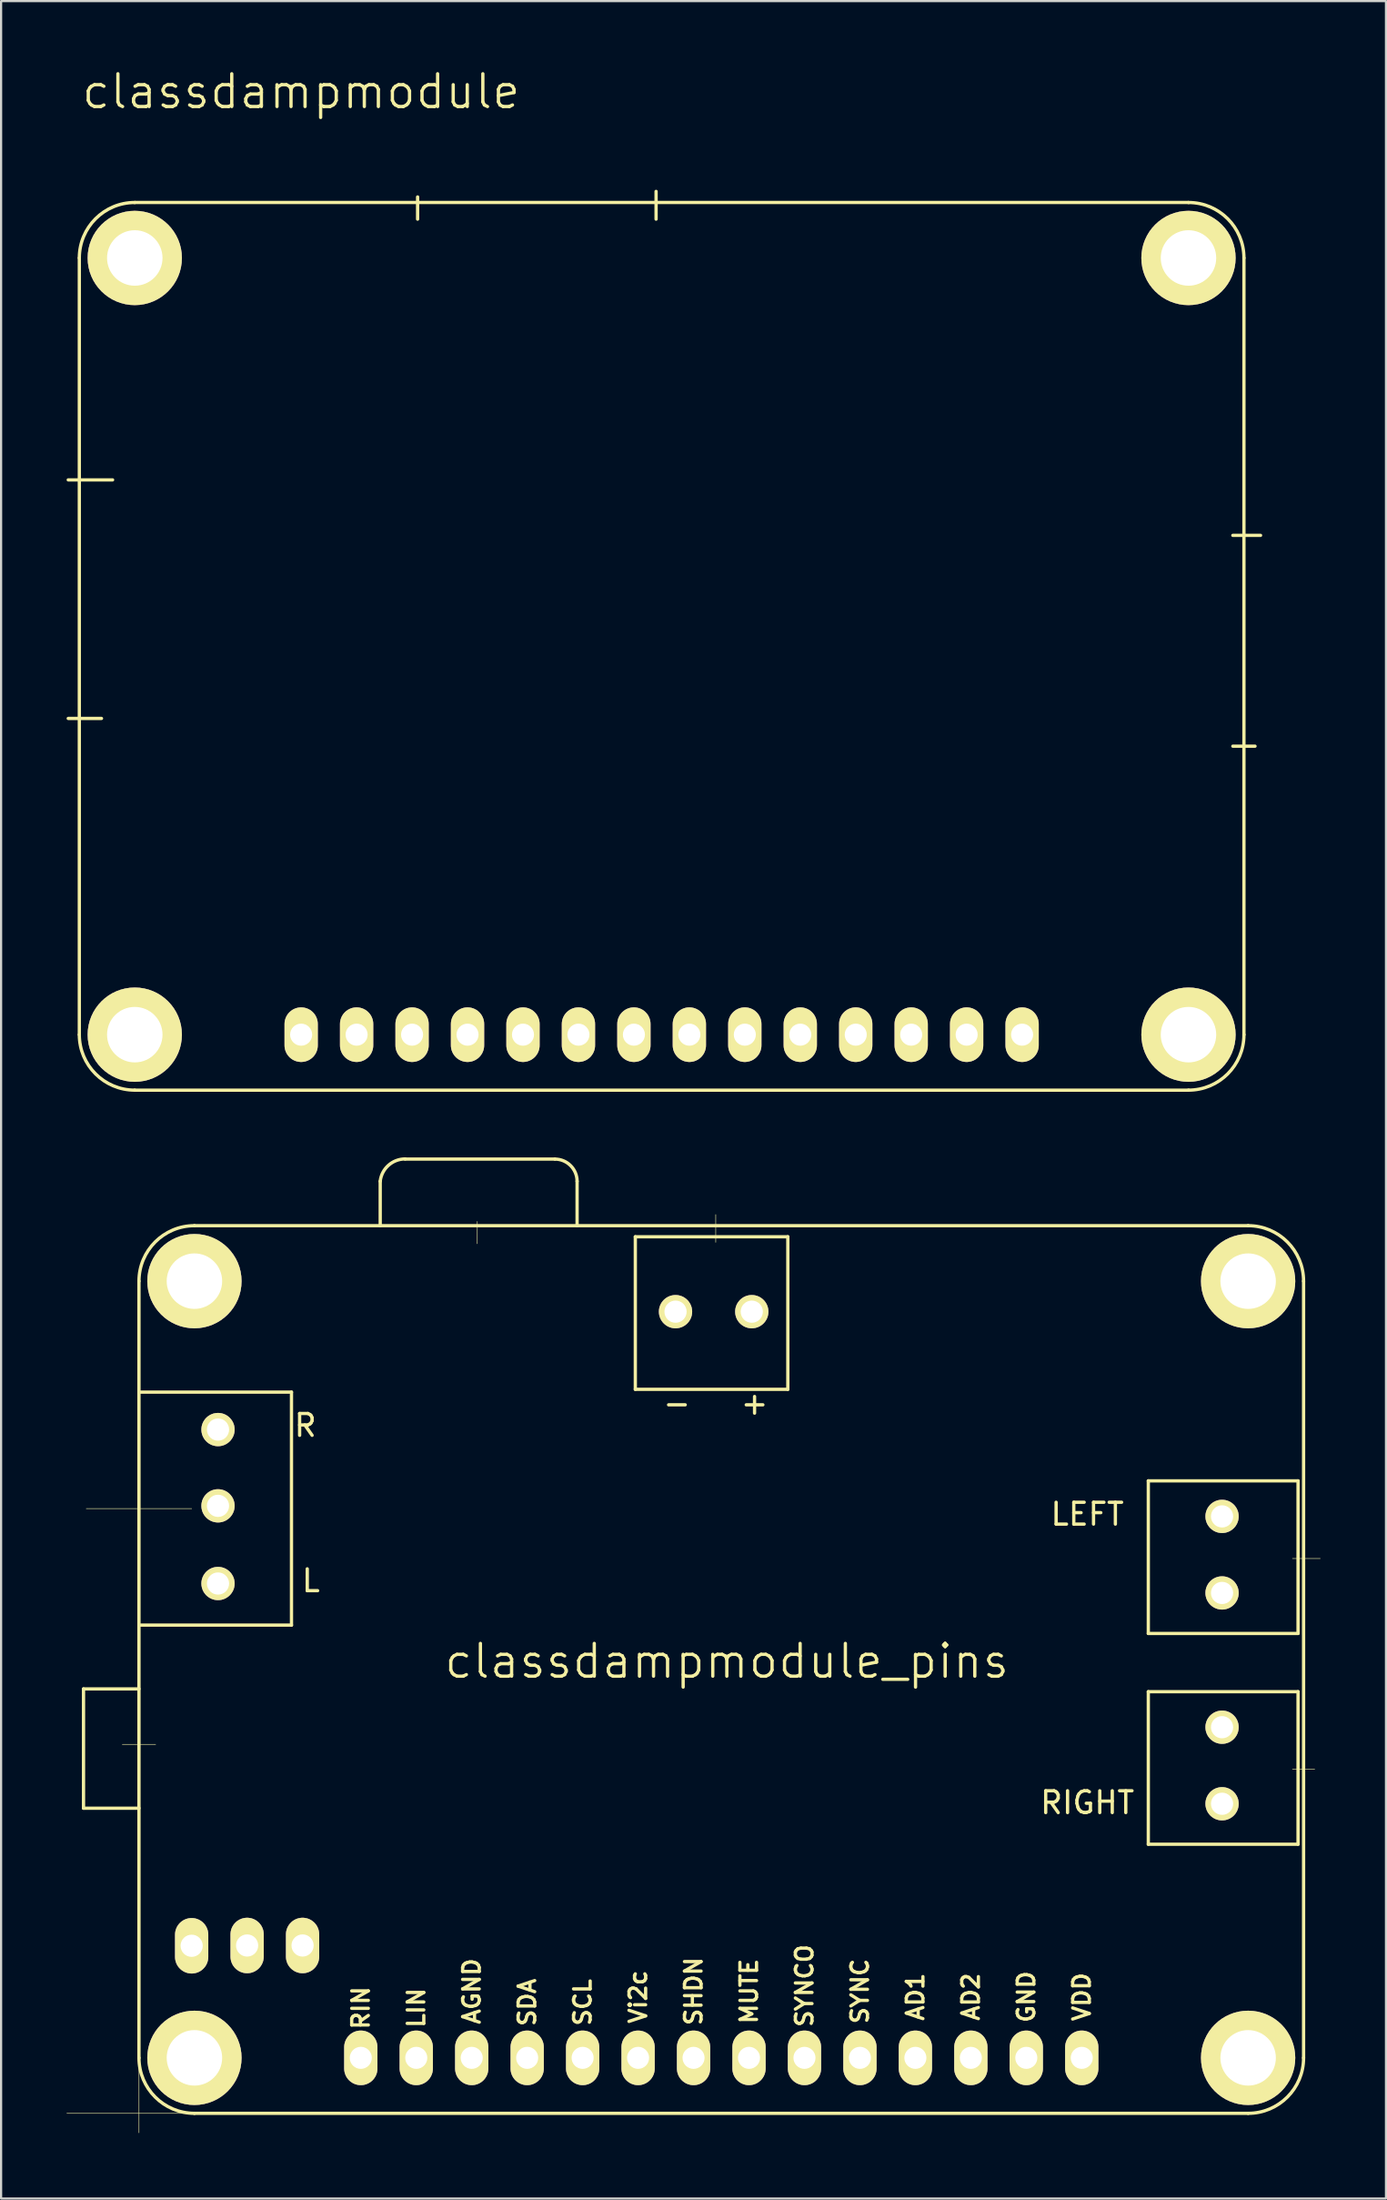
<source format=kicad_pcb>
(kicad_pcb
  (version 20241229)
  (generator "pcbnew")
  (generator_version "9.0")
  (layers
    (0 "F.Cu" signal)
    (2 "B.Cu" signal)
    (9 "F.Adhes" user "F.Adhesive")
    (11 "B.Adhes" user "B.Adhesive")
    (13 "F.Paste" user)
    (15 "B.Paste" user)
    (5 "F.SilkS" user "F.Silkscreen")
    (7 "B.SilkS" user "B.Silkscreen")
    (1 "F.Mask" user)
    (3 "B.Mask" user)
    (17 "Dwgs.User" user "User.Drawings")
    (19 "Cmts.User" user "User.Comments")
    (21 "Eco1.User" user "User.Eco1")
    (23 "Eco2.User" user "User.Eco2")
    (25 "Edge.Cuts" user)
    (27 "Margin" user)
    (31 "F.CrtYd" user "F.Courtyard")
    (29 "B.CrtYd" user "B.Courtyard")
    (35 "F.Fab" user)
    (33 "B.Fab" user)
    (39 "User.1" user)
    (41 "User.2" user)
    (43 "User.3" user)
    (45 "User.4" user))
  (footprint "classdampmodule_pins"
    (layer "F.Cu")
    (at 29.985 91.166)
    (property "Reference" "classdampmodule_pins" (at 0.254 -18.161 0) (layer "F.SilkS") (effects (font (size 1.5 1.5) (thickness 0.15))))
    (attr through_hole)
    (fp_line (start -29.21 -16.891) (end -26.67 -16.891) (stroke (width 0.15) (type solid)) (layer "F.SilkS"))
    (fp_line (start -29.21 -11.43) (end -29.21 -16.891) (stroke (width 0.15) (type solid)) (layer "F.SilkS"))
    (fp_line (start -29.083 -25.146) (end -24.257 -25.146) (stroke (width 0.025) (type solid)) (layer "F.SilkS"))
    (fp_line (start -27.432 -14.351) (end -25.908 -14.351) (stroke (width 0.025) (type solid)) (layer "F.SilkS"))
    (fp_line (start -26.67 -35.56) (end -26.67 0) (stroke (width 0.15) (type solid)) (layer "F.SilkS"))
    (fp_line (start -26.67 -30.48) (end -19.685 -30.48) (stroke (width 0.15) (type solid)) (layer "F.SilkS"))
    (fp_line (start -26.67 -11.43) (end -29.21 -11.43) (stroke (width 0.15) (type solid)) (layer "F.SilkS"))
    (fp_line (start -26.67 0) (end -26.67 3.429) (stroke (width 0.025) (type solid)) (layer "F.SilkS"))
    (fp_line (start -24.13 -38.1) (end 24.13 -38.1) (stroke (width 0.15) (type solid)) (layer "F.SilkS"))
    (fp_line (start -24.13 2.54) (end -29.972 2.54) (stroke (width 0.025) (type solid)) (layer "F.SilkS"))
    (fp_line (start -19.685 -30.48) (end -19.685 -19.812) (stroke (width 0.15) (type solid)) (layer "F.SilkS"))
    (fp_line (start -19.685 -19.812) (end -26.67 -19.812) (stroke (width 0.15) (type solid)) (layer "F.SilkS"))
    (fp_line (start -15.621 -40.132) (end -15.621 -38.1) (stroke (width 0.15) (type solid)) (layer "F.SilkS"))
    (fp_line (start -14.478 -41.148) (end -7.62 -41.148) (stroke (width 0.15) (type solid)) (layer "F.SilkS"))
    (fp_line (start -11.176 -38.291) (end -11.176 -37.275) (stroke (width 0.025) (type solid)) (layer "F.SilkS"))
    (fp_line (start -6.604 -40.132) (end -6.604 -38.1) (stroke (width 0.15) (type solid)) (layer "F.SilkS"))
    (fp_line (start -3.937 -37.592) (end 3.048 -37.592) (stroke (width 0.15) (type solid)) (layer "F.SilkS"))
    (fp_line (start -3.937 -30.607) (end -3.937 -37.592) (stroke (width 0.15) (type solid)) (layer "F.SilkS"))
    (fp_line (start -0.254 -38.608) (end -0.254 -37.338) (stroke (width 0.025) (type solid)) (layer "F.SilkS"))
    (fp_line (start 3.048 -37.592) (end 3.048 -30.607) (stroke (width 0.15) (type solid)) (layer "F.SilkS"))
    (fp_line (start 3.048 -30.607) (end -3.937 -30.607) (stroke (width 0.15) (type solid)) (layer "F.SilkS"))
    (fp_line (start 19.558 -26.416) (end 26.416 -26.416) (stroke (width 0.15) (type solid)) (layer "F.SilkS"))
    (fp_line (start 19.558 -19.431) (end 19.558 -26.416) (stroke (width 0.15) (type solid)) (layer "F.SilkS"))
    (fp_line (start 19.558 -16.764) (end 26.416 -16.764) (stroke (width 0.15) (type solid)) (layer "F.SilkS"))
    (fp_line (start 19.558 -9.779) (end 19.558 -16.764) (stroke (width 0.15) (type solid)) (layer "F.SilkS"))
    (fp_line (start 24.13 2.54) (end -24.13 2.54) (stroke (width 0.15) (type solid)) (layer "F.SilkS"))
    (fp_line (start 26.162 -22.86) (end 27.432 -22.86) (stroke (width 0.025) (type solid)) (layer "F.SilkS"))
    (fp_line (start 26.162 -13.208) (end 27.178 -13.208) (stroke (width 0.025) (type solid)) (layer "F.SilkS"))
    (fp_line (start 26.416 -26.416) (end 26.416 -19.431) (stroke (width 0.15) (type solid)) (layer "F.SilkS"))
    (fp_line (start 26.416 -19.431) (end 19.558 -19.431) (stroke (width 0.15) (type solid)) (layer "F.SilkS"))
    (fp_line (start 26.416 -16.764) (end 26.416 -9.779) (stroke (width 0.15) (type solid)) (layer "F.SilkS"))
    (fp_line (start 26.416 -9.779) (end 19.558 -9.779) (stroke (width 0.15) (type solid)) (layer "F.SilkS"))
    (fp_line (start 26.67 -35.56) (end 26.67 0) (stroke (width 0.15) (type solid)) (layer "F.SilkS"))
    (fp_arc (start -26.67 -35.56) (mid -25.926051 -37.356051) (end -24.13 -38.1) (stroke (width 0.15) (type solid)) (layer "F.SilkS"))
    (fp_arc (start -24.13 2.54) (mid -25.926051 1.796051) (end -26.67 0) (stroke (width 0.15) (type solid)) (layer "F.SilkS"))
    (fp_arc (start -15.621 -40.132) (mid -15.244982 -40.861922) (end -14.478 -41.155034) (stroke (width 0.15) (type solid)) (layer "F.SilkS"))
    (fp_arc (start -7.62 -41.148) (mid -6.90158 -40.85042) (end -6.604 -40.132) (stroke (width 0.15) (type solid)) (layer "F.SilkS"))
    (fp_arc (start 24.13 -38.1) (mid 25.926051 -37.356051) (end 26.67 -35.56) (stroke (width 0.15) (type solid)) (layer "F.SilkS"))
    (fp_arc (start 26.67 0) (mid 25.926051 1.796051) (end 24.13 2.54) (stroke (width 0.15) (type solid)) (layer "F.SilkS"))
    (fp_text user "SHDN" (at -1.27 -3.048 90) (layer "F.SilkS") (effects (font (size 0.762 0.762) (thickness 0.15))))
    (fp_text user "VDD" (at 16.51 -2.794 90) (layer "F.SilkS") (effects (font (size 0.762 0.762) (thickness 0.15))))
    (fp_text user "AD1" (at 8.89 -2.794 90) (layer "F.SilkS") (effects (font (size 0.762 0.762) (thickness 0.15))))
    (fp_text user "LEFT" (at 16.764 -24.892 0) (layer "F.SilkS") (effects (font (size 1 1) (thickness 0.15))))
    (fp_text user "SYNC" (at 6.35 -3.048 90) (layer "F.SilkS") (effects (font (size 0.762 0.762) (thickness 0.15))))
    (fp_text user "SCL" (at -6.35 -2.54 270) (layer "F.SilkS") (effects (font (size 0.762 0.762) (thickness 0.15))))
    (fp_text user "R" (at -19.05 -28.956 0) (layer "F.SilkS") (effects (font (size 1 1) (thickness 0.15))))
    (fp_text user "Vi2c" (at -3.81 -2.794 90) (layer "F.SilkS") (effects (font (size 0.762 0.762) (thickness 0.15))))
    (fp_text user "L" (at -18.796 -21.844 0) (layer "F.SilkS") (effects (font (size 1 1) (thickness 0.15))))
    (fp_text user "SDA" (at -8.89 -2.54 90) (layer "F.SilkS") (effects (font (size 0.762 0.762) (thickness 0.15))))
    (fp_text user "RIGHT" (at 16.764 -11.684 0) (layer "F.SilkS") (effects (font (size 1 1) (thickness 0.15))))
    (fp_text user "AGND" (at -11.43 -3.048 90) (layer "F.SilkS") (effects (font (size 0.762 0.762) (thickness 0.15))))
    (fp_text user "MUTE" (at 1.27 -3.048 90) (layer "F.SilkS") (effects (font (size 0.762 0.762) (thickness 0.15))))
    (fp_text user "RIN" (at -16.51 -2.286 90) (layer "F.SilkS") (effects (font (size 0.762 0.762) (thickness 0.15))))
    (fp_text user "-" (at -2.032 -29.972 0) (layer "F.SilkS") (effects (font (size 1 1) (thickness 0.15))))
    (fp_text user "LIN" (at -13.97 -2.286 90) (layer "F.SilkS") (effects (font (size 0.762 0.762) (thickness 0.15))))
    (fp_text user "+" (at 1.524 -29.972 0) (layer "F.SilkS") (effects (font (size 1 1) (thickness 0.15))))
    (fp_text user "SYNCO" (at 3.81 -3.302 90) (layer "F.SilkS") (effects (font (size 0.762 0.762) (thickness 0.15))))
    (fp_text user "GND" (at 13.97 -2.794 90) (layer "F.SilkS") (effects (font (size 0.762 0.762) (thickness 0.15))))
    (fp_text user "AD2" (at 11.43 -2.794 90) (layer "F.SilkS") (effects (font (size 0.762 0.762) (thickness 0.15))))
    (pad "" thru_hole circle (at -24.13 -35.56) (size 4.318 4.318) (drill 2.54) (layers "*.Cu" "*.Mask" "F.SilkS"))
    (pad "" thru_hole circle (at -24.13 0) (size 4.318 4.318) (drill 2.54) (layers "*.Cu" "*.Mask" "F.SilkS"))
    (pad "" thru_hole circle (at 24.13 -35.56) (size 4.318 4.318) (drill 2.54) (layers "*.Cu" "*.Mask" "F.SilkS"))
    (pad "" thru_hole circle (at 24.13 0) (size 4.318 4.318) (drill 2.54) (layers "*.Cu" "*.Mask" "F.SilkS"))
    (pad "1" thru_hole oval (at -16.51 0) (size 1.524 2.5) (drill 1.01) (layers "*.Cu" "*.Mask" "F.SilkS"))
    (pad "2" thru_hole oval (at -13.97 0) (size 1.524 2.5) (drill 1.01) (layers "*.Cu" "*.Mask" "F.SilkS"))
    (pad "3" thru_hole oval (at -11.43 0) (size 1.524 2.5) (drill 1.01) (layers "*.Cu" "*.Mask" "F.SilkS"))
    (pad "4" thru_hole oval (at -8.89 0) (size 1.524 2.5) (drill 1.01) (layers "*.Cu" "*.Mask" "F.SilkS"))
    (pad "5" thru_hole oval (at -6.35 0) (size 1.524 2.5) (drill 1.01) (layers "*.Cu" "*.Mask" "F.SilkS"))
    (pad "6" thru_hole oval (at -3.81 0) (size 1.524 2.5) (drill 1.01) (layers "*.Cu" "*.Mask" "F.SilkS"))
    (pad "7" thru_hole oval (at -1.27 0) (size 1.524 2.5) (drill 1.01) (layers "*.Cu" "*.Mask" "F.SilkS"))
    (pad "8" thru_hole oval (at 1.27 0) (size 1.524 2.5) (drill 1.01) (layers "*.Cu" "*.Mask" "F.SilkS"))
    (pad "9" thru_hole oval (at 3.81 0) (size 1.524 2.5) (drill 1.01) (layers "*.Cu" "*.Mask" "F.SilkS"))
    (pad "10" thru_hole oval (at 6.35 0) (size 1.524 2.5) (drill 1.01) (layers "*.Cu" "*.Mask" "F.SilkS"))
    (pad "11" thru_hole oval (at 8.89 0) (size 1.524 2.5) (drill 1.01) (layers "*.Cu" "*.Mask" "F.SilkS"))
    (pad "12" thru_hole oval (at 11.43 0) (size 1.524 2.5) (drill 1.01) (layers "*.Cu" "*.Mask" "F.SilkS"))
    (pad "13" thru_hole oval (at 13.97 0) (size 1.524 2.5) (drill 1.01) (layers "*.Cu" "*.Mask" "F.SilkS"))
    (pad "14" thru_hole oval (at 16.51 0) (size 1.524 2.5) (drill 1.01) (layers "*.Cu" "*.Mask" "F.SilkS"))
    (pad "15" thru_hole circle (at 22.936 -11.633) (size 1.524 1.524) (drill 1.016) (layers "*.Cu" "*.Mask" "F.SilkS"))
    (pad "16" thru_hole circle (at 22.936 -15.138) (size 1.524 1.524) (drill 1.016) (layers "*.Cu" "*.Mask" "F.SilkS"))
    (pad "17" thru_hole circle (at 22.936 -21.285) (size 1.524 1.524) (drill 1.016) (layers "*.Cu" "*.Mask" "F.SilkS"))
    (pad "18" thru_hole circle (at 22.936 -24.79) (size 1.524 1.524) (drill 1.016) (layers "*.Cu" "*.Mask" "F.SilkS"))
    (pad "19" thru_hole circle (at 1.397 -34.163) (size 1.524 1.524) (drill 1.016) (layers "*.Cu" "*.Mask" "F.SilkS"))
    (pad "20" thru_hole circle (at -2.095 -34.163) (size 1.524 1.524) (drill 1.016) (layers "*.Cu" "*.Mask" "F.SilkS"))
    (pad "21" thru_hole circle (at -23.05 -28.765) (size 1.524 1.524) (drill 1.016) (layers "*.Cu" "*.Mask" "F.SilkS"))
    (pad "22" thru_hole circle (at -23.05 -25.273) (size 1.524 1.524) (drill 1.016) (layers "*.Cu" "*.Mask" "F.SilkS"))
    (pad "23" thru_hole circle (at -23.05 -21.717) (size 1.524 1.524) (drill 1.016) (layers "*.Cu" "*.Mask" "F.SilkS"))
    (pad "24" thru_hole oval (at -24.257 -5.131) (size 1.524 2.54) (drill 1.016) (layers "*.Cu" "*.Mask" "F.SilkS"))
    (pad "25" thru_hole oval (at -21.717 -5.144) (size 1.524 2.54) (drill 1.016) (layers "*.Cu" "*.Mask" "F.SilkS"))
    (pad "26" thru_hole oval (at -19.177 -5.144) (size 1.524 2.54) (drill 1.016) (layers "*.Cu" "*.Mask" "F.SilkS")))
  (footprint "classdampmodule"
    (layer "F.Cu")
    (at 27.253 44.321)
    (property "Reference" "classdampmodule" (at -16.51 -43.18 0) (layer "F.SilkS") (effects (font (size 1.5 1.5) (thickness 0.15))))
    (attr through_hole)
    (fp_line (start -27.178 -25.4) (end -25.146 -25.4) (stroke (width 0.15) (type solid)) (layer "F.SilkS"))
    (fp_line (start -27.178 -14.478) (end -25.654 -14.478) (stroke (width 0.15) (type solid)) (layer "F.SilkS"))
    (fp_line (start -26.67 -35.56) (end -26.67 0) (stroke (width 0.15) (type solid)) (layer "F.SilkS"))
    (fp_line (start -24.13 -38.1) (end 24.13 -38.1) (stroke (width 0.15) (type solid)) (layer "F.SilkS"))
    (fp_line (start -11.176 -38.354) (end -11.176 -37.338) (stroke (width 0.15) (type solid)) (layer "F.SilkS"))
    (fp_line (start -0.254 -38.608) (end -0.254 -37.338) (stroke (width 0.15) (type solid)) (layer "F.SilkS"))
    (fp_line (start 24.13 2.54) (end -24.13 2.54) (stroke (width 0.15) (type solid)) (layer "F.SilkS"))
    (fp_line (start 26.162 -22.86) (end 27.432 -22.86) (stroke (width 0.15) (type solid)) (layer "F.SilkS"))
    (fp_line (start 26.162 -13.208) (end 27.178 -13.208) (stroke (width 0.15) (type solid)) (layer "F.SilkS"))
    (fp_line (start 26.67 -35.56) (end 26.67 0) (stroke (width 0.15) (type solid)) (layer "F.SilkS"))
    (fp_arc (start -26.67 -35.56) (mid -25.926051 -37.356051) (end -24.13 -38.1) (stroke (width 0.15) (type solid)) (layer "F.SilkS"))
    (fp_arc (start -24.13 2.54) (mid -25.926051 1.796051) (end -26.67 0) (stroke (width 0.15) (type solid)) (layer "F.SilkS"))
    (fp_arc (start 24.13 -38.1) (mid 25.926051 -37.356051) (end 26.67 -35.56) (stroke (width 0.15) (type solid)) (layer "F.SilkS"))
    (fp_arc (start 26.67 0) (mid 25.926051 1.796051) (end 24.13 2.54) (stroke (width 0.15) (type solid)) (layer "F.SilkS"))
    (pad "" thru_hole circle (at -24.13 -35.56) (size 4.318 4.318) (drill 2.54) (layers "*.Cu" "*.Mask" "F.SilkS"))
    (pad "" thru_hole circle (at -24.13 0) (size 4.318 4.318) (drill 2.54) (layers "*.Cu" "*.Mask" "F.SilkS"))
    (pad "" thru_hole circle (at 24.13 -35.56) (size 4.318 4.318) (drill 2.54) (layers "*.Cu" "*.Mask" "F.SilkS"))
    (pad "" thru_hole circle (at 24.13 0) (size 4.318 4.318) (drill 2.54) (layers "*.Cu" "*.Mask" "F.SilkS"))
    (pad "1" thru_hole oval (at -16.51 0) (size 1.524 2.5) (drill 1.01) (layers "*.Cu" "*.Mask" "F.SilkS"))
    (pad "2" thru_hole oval (at -13.97 0) (size 1.524 2.5) (drill 1.01) (layers "*.Cu" "*.Mask" "F.SilkS"))
    (pad "3" thru_hole oval (at -11.43 0) (size 1.524 2.5) (drill 1.01) (layers "*.Cu" "*.Mask" "F.SilkS"))
    (pad "4" thru_hole oval (at -8.89 0) (size 1.524 2.5) (drill 1.01) (layers "*.Cu" "*.Mask" "F.SilkS"))
    (pad "5" thru_hole oval (at -6.35 0) (size 1.524 2.5) (drill 1.01) (layers "*.Cu" "*.Mask" "F.SilkS"))
    (pad "6" thru_hole oval (at -3.81 0) (size 1.524 2.5) (drill 1.01) (layers "*.Cu" "*.Mask" "F.SilkS"))
    (pad "7" thru_hole oval (at -1.27 0) (size 1.524 2.5) (drill 1.01) (layers "*.Cu" "*.Mask" "F.SilkS"))
    (pad "8" thru_hole oval (at 1.27 0) (size 1.524 2.5) (drill 1.01) (layers "*.Cu" "*.Mask" "F.SilkS"))
    (pad "9" thru_hole oval (at 3.81 0) (size 1.524 2.5) (drill 1.01) (layers "*.Cu" "*.Mask" "F.SilkS"))
    (pad "10" thru_hole oval (at 6.35 0) (size 1.524 2.5) (drill 1.01) (layers "*.Cu" "*.Mask" "F.SilkS"))
    (pad "11" thru_hole oval (at 8.89 0) (size 1.524 2.5) (drill 1.01) (layers "*.Cu" "*.Mask" "F.SilkS"))
    (pad "12" thru_hole oval (at 11.43 0) (size 1.524 2.5) (drill 1.01) (layers "*.Cu" "*.Mask" "F.SilkS"))
    (pad "13" thru_hole oval (at 13.97 0) (size 1.524 2.5) (drill 1.01) (layers "*.Cu" "*.Mask" "F.SilkS"))
    (pad "14" thru_hole oval (at 16.51 0) (size 1.524 2.5) (drill 1.01) (layers "*.Cu" "*.Mask" "F.SilkS")))
  (gr_rect
    (start -3 -3)
    (end 60.429 97.607)
    (stroke (width 0.1) (type default))
    (fill no)
    (layer "Edge.Cuts")))
</source>
